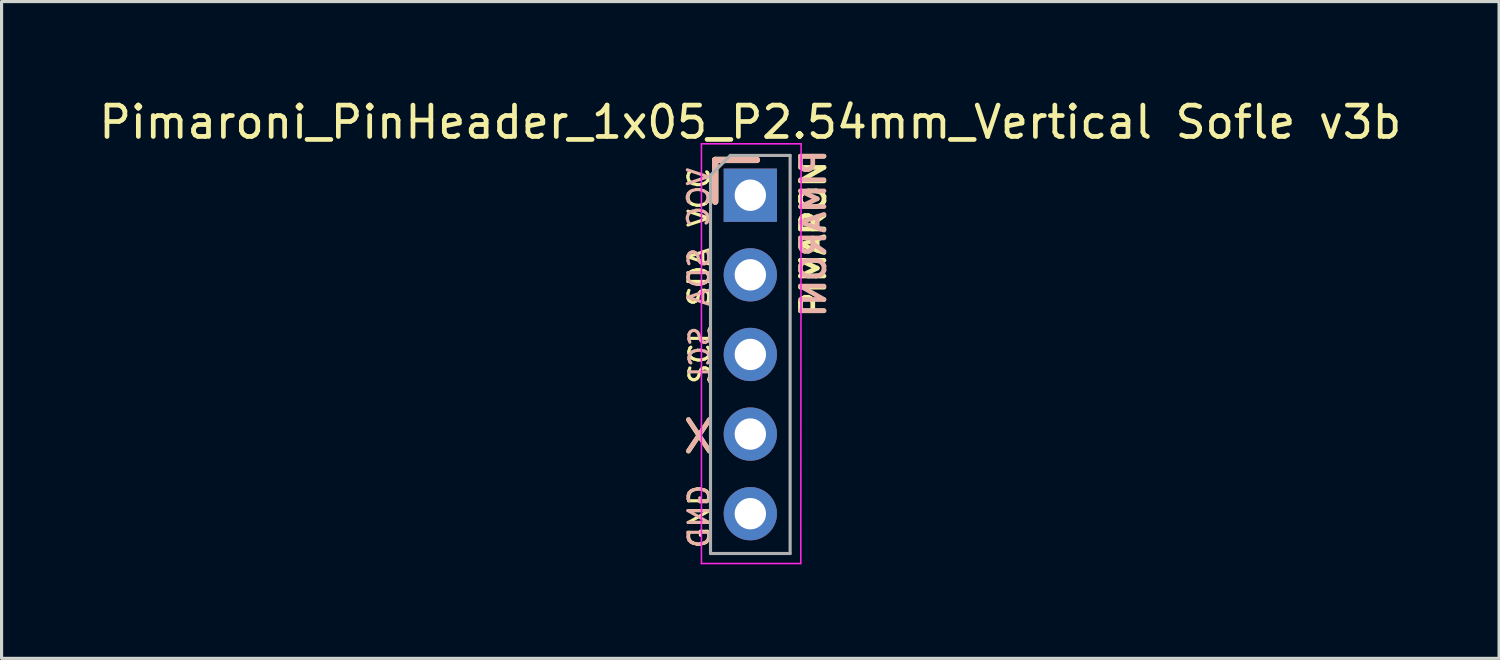
<source format=kicad_pcb>
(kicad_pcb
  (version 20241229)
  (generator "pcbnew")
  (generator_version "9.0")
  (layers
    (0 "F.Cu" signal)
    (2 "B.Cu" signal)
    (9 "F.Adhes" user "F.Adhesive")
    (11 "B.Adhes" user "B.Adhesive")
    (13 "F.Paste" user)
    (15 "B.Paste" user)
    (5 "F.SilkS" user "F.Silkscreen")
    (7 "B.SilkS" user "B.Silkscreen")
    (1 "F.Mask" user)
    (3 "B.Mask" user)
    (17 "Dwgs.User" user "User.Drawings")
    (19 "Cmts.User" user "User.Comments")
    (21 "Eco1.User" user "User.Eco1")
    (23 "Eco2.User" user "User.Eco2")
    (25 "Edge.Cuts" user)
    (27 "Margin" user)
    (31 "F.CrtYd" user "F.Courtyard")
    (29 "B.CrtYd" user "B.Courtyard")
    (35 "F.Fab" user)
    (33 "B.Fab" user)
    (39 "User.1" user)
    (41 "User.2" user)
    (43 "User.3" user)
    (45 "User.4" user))
  (footprint "Pimaroni_PinHeader_1x05_P2.54mm_Vertical Sofle v3b"
    (layer "F.Cu")
    (at 20.887 3.178)
    (property "Reference" "Pimaroni_PinHeader_1x05_P2.54mm_Vertical Sofle v3b" (at 0 -2.33 0) (layer "F.SilkS") (effects (font (size 1 1) (thickness 0.15))))
    (attr through_hole)
    (fp_line (start -1.12 -1.125) (end 0.21 -1.125) (stroke (width 0.2) (type solid)) (layer "F.SilkS"))
    (fp_line (start -1.12 0.205) (end -1.12 -1.125) (stroke (width 0.2) (type solid)) (layer "F.SilkS"))
    (fp_line (start -1.12 -1.125) (end -1.12 0.205) (stroke (width 0.2) (type solid)) (layer "B.SilkS"))
    (fp_line (start 0.21 -1.125) (end -1.12 -1.125) (stroke (width 0.2) (type solid)) (layer "B.SilkS"))
    (fp_line (start -1.56 -1.64) (end -1.56 11.75) (stroke (width 0.05) (type solid)) (layer "F.CrtYd"))
    (fp_line (start -1.56 11.75) (end 1.61 11.75) (stroke (width 0.05) (type solid)) (layer "F.CrtYd"))
    (fp_line (start 1.62 -1.64) (end -1.56 -1.64) (stroke (width 0.05) (type solid)) (layer "F.CrtYd"))
    (fp_line (start 1.62 -1.64) (end 1.61 11.75) (stroke (width 0.05) (type solid)) (layer "F.CrtYd"))
    (fp_line (start -1.27 -0.635) (end -0.635 -1.27) (stroke (width 0.1) (type solid)) (layer "F.Fab"))
    (fp_line (start -1.27 11.43) (end -1.27 -0.635) (stroke (width 0.1) (type solid)) (layer "F.Fab"))
    (fp_line (start -0.635 -1.27) (end 1.27 -1.27) (stroke (width 0.1) (type solid)) (layer "F.Fab"))
    (fp_line (start 1.27 -1.27) (end 1.27 11.43) (stroke (width 0.1) (type solid)) (layer "F.Fab"))
    (fp_line (start 1.27 11.43) (end -1.27 11.43) (stroke (width 0.1) (type solid)) (layer "F.Fab"))
    (fp_text user "VCC" (at -1.63 0.07 90) (layer "F.SilkS") (effects (font (size 0.66 0.66) (thickness 0.1))))
    (fp_text user "GND" (at -1.61 10.25 90) (layer "F.SilkS") (effects (font (size 0.66 0.66) (thickness 0.1))))
    (fp_text user "SDA" (at -1.63 2.61 90) (layer "F.SilkS") (effects (font (size 0.66 0.66) (thickness 0.1))))
    (fp_text user "PIMARONI" (at 2.01 1.22 90) (layer "F.SilkS") (effects (font (size 0.75 0.75) (thickness 0.15))))
    (fp_text user "SCL" (at -1.6 5.1 90) (layer "F.SilkS") (effects (font (size 0.66 0.66) (thickness 0.1))))
    (fp_text user "X" (at -1.64 7.71 0) (layer "F.SilkS") (effects (font (size 1 1) (thickness 0.15))))
    (fp_text user "GND" (at -1.63 10.25 90) (layer "B.SilkS") (effects (font (size 0.66 0.66) (thickness 0.1)) (justify mirror)))
    (fp_text user "PIMARONI" (at 2.01 1.22 270) (layer "B.SilkS") (effects (font (size 0.75 0.75) (thickness 0.15)) (justify mirror)))
    (fp_text user "VCC" (at -1.65 0.07 90) (layer "B.SilkS") (effects (font (size 0.66 0.66) (thickness 0.1)) (justify mirror)))
    (fp_text user "X" (at -1.64 7.7 0) (layer "B.SilkS") (effects (font (size 1 1) (thickness 0.15)) (justify mirror)))
    (fp_text user "SCL" (at -1.6 5.1 90) (layer "B.SilkS") (effects (font (size 0.66 0.66) (thickness 0.1)) (justify mirror)))
    (fp_text user "SDA" (at -1.63 2.61 90) (layer "B.SilkS") (effects (font (size 0.66 0.66) (thickness 0.1)) (justify mirror)))
    (pad "1" thru_hole rect (at 0 0) (size 1.7 1.7) (drill 1) (layers "*.Cu" "*.Mask"))
    (pad "2" thru_hole oval (at 0 2.54) (size 1.7 1.7) (drill 1) (layers "*.Cu" "*.Mask"))
    (pad "3" thru_hole oval (at 0 5.08) (size 1.7 1.7) (drill 1) (layers "*.Cu" "*.Mask"))
    (pad "4" thru_hole oval (at 0 7.62) (size 1.7 1.7) (drill 1) (layers "*.Cu" "*.Mask"))
    (pad "5" thru_hole oval (at 0 10.16) (size 1.7 1.7) (drill 1) (layers "*.Cu" "*.Mask")))
  (gr_rect
    (start -3 -3)
    (end 44.774 17.953)
    (stroke (width 0.1) (type default))
    (fill no)
    (layer "Edge.Cuts")))
</source>
